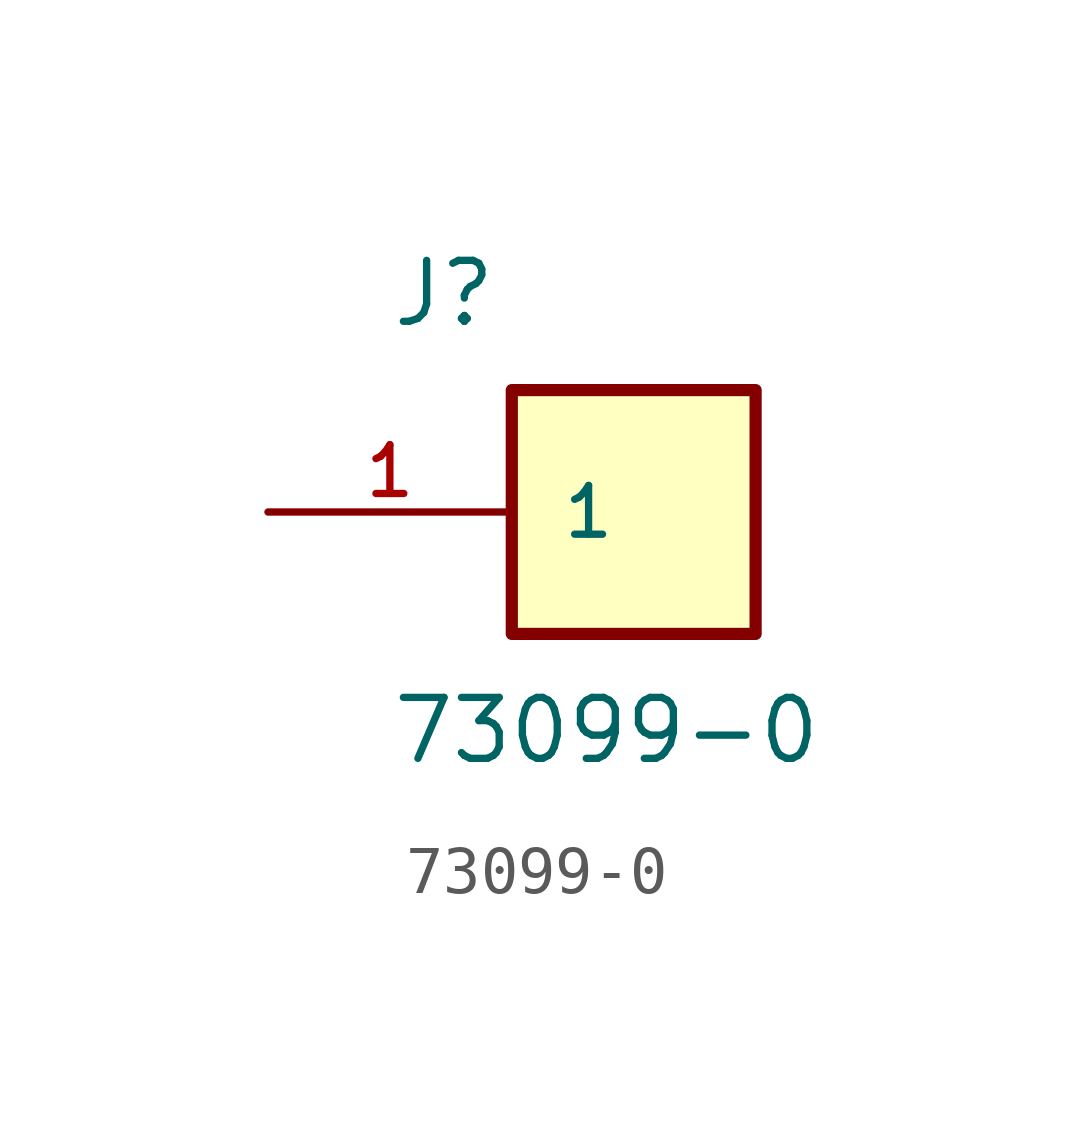
<source format=kicad_sym>
(kicad_symbol_lib
  (version 20211014)
  (generator kicad_symbol_editor)
  (symbol "73099-0"
    (pin_names
      (offset 1.016))
    (property "Reference" "J"
      (at -5.08 3.81 0)
      (effects (font (size 1.27 1.27)) (justify bottom left)))
    (property "Value" "73099-0"
      (at -5.08 -3.81 0)
      (effects (font (size 1.27 1.27)) (justify top left)))
    (symbol "73099-0_0_0"
      (rectangle (start -2.54 -2.54) (end 2.54 2.54) (stroke (width 0.254)) (fill (type background)))
      (pin passive line (at -7.62 0.0 0) (length 5.08) (name "1" (effects (font (size 1.016 1.016)))) (number "1" (effects (font (size 1.016 1.016))))))))
</source>
